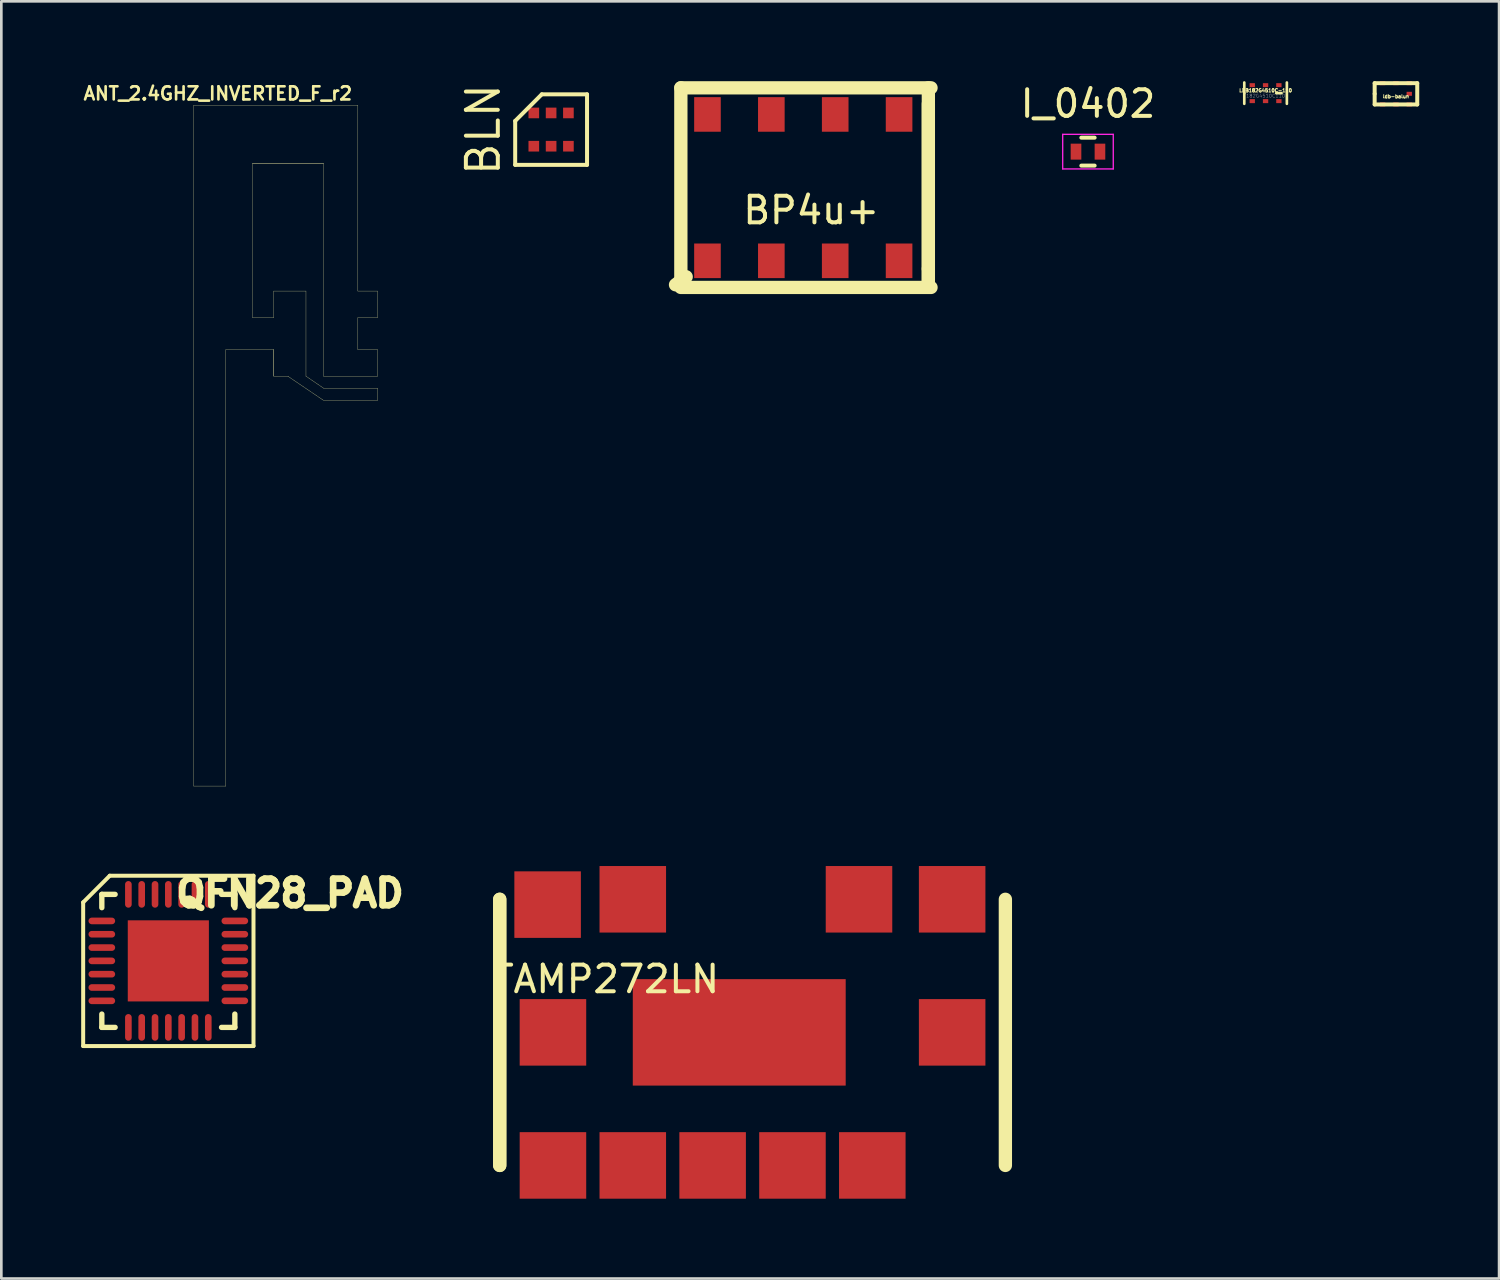
<source format=kicad_pcb>
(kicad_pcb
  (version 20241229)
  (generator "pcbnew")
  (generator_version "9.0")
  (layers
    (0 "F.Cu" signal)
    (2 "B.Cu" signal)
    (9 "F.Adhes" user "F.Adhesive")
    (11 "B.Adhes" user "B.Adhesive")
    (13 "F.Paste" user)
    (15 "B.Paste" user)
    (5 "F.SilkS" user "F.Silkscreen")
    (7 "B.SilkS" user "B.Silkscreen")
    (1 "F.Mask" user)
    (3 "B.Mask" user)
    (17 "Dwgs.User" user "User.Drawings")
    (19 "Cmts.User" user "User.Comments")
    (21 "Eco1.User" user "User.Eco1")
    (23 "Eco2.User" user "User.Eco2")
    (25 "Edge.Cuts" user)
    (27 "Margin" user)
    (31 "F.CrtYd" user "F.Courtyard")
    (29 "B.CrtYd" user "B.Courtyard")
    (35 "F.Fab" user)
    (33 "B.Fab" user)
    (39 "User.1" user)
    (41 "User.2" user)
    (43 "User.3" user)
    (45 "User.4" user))
  (footprint "I_0402"
    (layer "F.Cu")
    (at 37.831 2.648)
    (property "Reference" "I_0402" (at 0 -1.8 0) (layer "F.SilkS") (effects (font (size 1 1) (thickness 0.15))))
    (attr smd)
    (fp_line (start -0.25 0.525) (end 0.25 0.525) (stroke (width 0.15) (type solid)) (layer "F.SilkS"))
    (fp_line (start 0.25 -0.525) (end -0.25 -0.525) (stroke (width 0.15) (type solid)) (layer "F.SilkS"))
    (fp_line (start -0.95 -0.65) (end -0.95 0.65) (stroke (width 0.05) (type solid)) (layer "F.CrtYd"))
    (fp_line (start -0.95 -0.65) (end 0.95 -0.65) (stroke (width 0.05) (type solid)) (layer "F.CrtYd"))
    (fp_line (start -0.95 0.65) (end 0.95 0.65) (stroke (width 0.05) (type solid)) (layer "F.CrtYd"))
    (fp_line (start 0.95 -0.65) (end 0.95 0.65) (stroke (width 0.05) (type solid)) (layer "F.CrtYd"))
    (pad "1" smd rect (at -0.45 0) (size 0.4 0.6) (layers "F.Cu" "F.Mask" "F.Paste"))
    (pad "2" smd rect (at 0.45 0) (size 0.4 0.6) (layers "F.Cu" "F.Mask" "F.Paste")))
  (footprint "ldb-balun"
    (layer "F.Cu")
    (at 49.303 0.475)
    (property "Reference" "ldb-balun" (at 0.1 0.1 0) (layer "F.SilkS") (effects (font (size 0.127 0.127) (thickness 0.032))))
    (attr through_hole)
    (fp_line (start -0.7 -0.4) (end 0.9 -0.4) (stroke (width 0.15) (type solid)) (layer "F.SilkS"))
    (fp_line (start -0.7 0) (end -0.7 -0.4) (stroke (width 0.15) (type solid)) (layer "F.SilkS"))
    (fp_line (start -0.7 0.4) (end -0.7 0) (stroke (width 0.15) (type solid)) (layer "F.SilkS"))
    (fp_line (start 0.9 -0.4) (end 0.9 0.4) (stroke (width 0.15) (type solid)) (layer "F.SilkS"))
    (fp_line (start 0.9 0.4) (end -0.7 0.4) (stroke (width 0.15) (type solid)) (layer "F.SilkS"))
    (pad "7" smd rect (at -0.4 -0.4) (size 0.2 0.15) (layers "F.Cu" "F.Mask" "F.Paste"))
    (pad "8" smd rect (at 0.1 -0.4) (size 0.2 0.15) (layers "F.Cu" "F.Mask" "F.Paste"))
    (pad "9" smd rect (at 0.6 -0.4) (size 0.2 0.15) (layers "F.Cu" "F.Mask" "F.Paste"))
    (pad "10" smd rect (at -0.4 0.4) (size 0.2 0.15) (layers "F.Cu" "F.Mask" "F.Paste"))
    (pad "11" smd rect (at 0.1 0.4) (size 0.2 0.15) (layers "F.Cu" "F.Mask" "F.Paste"))
    (pad "12" smd rect (at 0.6 0.4) (size 0.2 0.15) (layers "F.Cu" "F.Mask" "F.Paste"))
    (pad "13" smd rect (at 0.6 0) (size 0.2 0.15) (layers "F.Cu" "F.Mask" "F.Paste")))
  (footprint "QFN28_PAD"
    (layer "F.Cu")
    (at 3.275 33.055)
    (property "Reference" "QFN28_PAD" (at 4.572 -2.54 0) (layer "F.SilkS") (effects (font (size 1.001 1.001) (thickness 0.305))))
    (attr through_hole)
    (fp_line (start -3.2 -2.2) (end -3.2 3.2) (stroke (width 0.15) (type solid)) (layer "F.SilkS"))
    (fp_line (start -3.2 3.2) (end 3.2 3.2) (stroke (width 0.15) (type solid)) (layer "F.SilkS"))
    (fp_line (start -2.499 -2.499) (end -2.499 -1.999) (stroke (width 0.201) (type solid)) (layer "F.SilkS"))
    (fp_line (start -2.499 1.999) (end -2.499 2.499) (stroke (width 0.201) (type solid)) (layer "F.SilkS"))
    (fp_line (start -2.499 2.499) (end -1.999 2.499) (stroke (width 0.201) (type solid)) (layer "F.SilkS"))
    (fp_line (start -2.2 -3.2) (end -3.2 -2.2) (stroke (width 0.15) (type solid)) (layer "F.SilkS"))
    (fp_line (start -1.999 -2.499) (end -2.499 -2.499) (stroke (width 0.201) (type solid)) (layer "F.SilkS"))
    (fp_line (start 1.999 2.499) (end 2.499 2.499) (stroke (width 0.201) (type solid)) (layer "F.SilkS"))
    (fp_line (start 2.499 -2.499) (end 1.999 -2.499) (stroke (width 0.201) (type solid)) (layer "F.SilkS"))
    (fp_line (start 2.499 -1.999) (end 2.499 -2.499) (stroke (width 0.201) (type solid)) (layer "F.SilkS"))
    (fp_line (start 2.499 2.499) (end 2.499 1.999) (stroke (width 0.201) (type solid)) (layer "F.SilkS"))
    (fp_line (start 3.2 -3.2) (end -2.2 -3.2) (stroke (width 0.15) (type solid)) (layer "F.SilkS"))
    (fp_line (start 3.2 3.2) (end 3.2 -3.2) (stroke (width 0.15) (type solid)) (layer "F.SilkS"))
    (pad "1" smd oval (at -2.499 -1.501) (size 1.001 0.249) (layers "F.Cu" "F.Mask" "F.Paste"))
    (pad "2" smd oval (at -2.499 -1.001) (size 1.001 0.249) (layers "F.Cu" "F.Mask" "F.Paste"))
    (pad "3" smd oval (at -2.499 -0.5) (size 1.001 0.249) (layers "F.Cu" "F.Mask" "F.Paste"))
    (pad "4" smd oval (at -2.499 0) (size 1.001 0.249) (layers "F.Cu" "F.Mask" "F.Paste"))
    (pad "5" smd oval (at -2.499 0.5) (size 1.001 0.249) (layers "F.Cu" "F.Mask" "F.Paste"))
    (pad "6" smd oval (at -2.499 1.001) (size 1.001 0.249) (layers "F.Cu" "F.Mask" "F.Paste"))
    (pad "7" smd oval (at -2.499 1.501) (size 1.001 0.249) (layers "F.Cu" "F.Mask" "F.Paste"))
    (pad "8" smd oval (at -1.501 2.499 90) (size 1.001 0.249) (layers "F.Cu" "F.Mask" "F.Paste"))
    (pad "9" smd oval (at -1.001 2.499 90) (size 1.001 0.249) (layers "F.Cu" "F.Mask" "F.Paste"))
    (pad "10" smd oval (at -0.5 2.499 90) (size 1.001 0.249) (layers "F.Cu" "F.Mask" "F.Paste"))
    (pad "11" smd oval (at 0 2.499 90) (size 1.001 0.249) (layers "F.Cu" "F.Mask" "F.Paste"))
    (pad "12" smd oval (at 0.5 2.499 90) (size 1.001 0.249) (layers "F.Cu" "F.Mask" "F.Paste"))
    (pad "13" smd oval (at 1.001 2.499 90) (size 1.001 0.249) (layers "F.Cu" "F.Mask" "F.Paste"))
    (pad "14" smd oval (at 1.501 2.499 90) (size 1.001 0.249) (layers "F.Cu" "F.Mask" "F.Paste"))
    (pad "15" smd oval (at 2.499 1.501 180) (size 1.001 0.249) (layers "F.Cu" "F.Mask" "F.Paste"))
    (pad "16" smd oval (at 2.499 1.001 180) (size 1.001 0.249) (layers "F.Cu" "F.Mask" "F.Paste"))
    (pad "17" smd oval (at 2.499 0.5 180) (size 1.001 0.249) (layers "F.Cu" "F.Mask" "F.Paste"))
    (pad "18" smd oval (at 2.499 0 180) (size 1.001 0.249) (layers "F.Cu" "F.Mask" "F.Paste"))
    (pad "19" smd oval (at 2.499 -0.5 180) (size 1.001 0.249) (layers "F.Cu" "F.Mask" "F.Paste"))
    (pad "20" smd oval (at 2.499 -1.001 180) (size 1.001 0.249) (layers "F.Cu" "F.Mask" "F.Paste"))
    (pad "21" smd oval (at 2.499 -1.501 180) (size 1.001 0.249) (layers "F.Cu" "F.Mask" "F.Paste"))
    (pad "22" smd oval (at 1.501 -2.499 270) (size 1.001 0.249) (layers "F.Cu" "F.Mask" "F.Paste"))
    (pad "23" smd oval (at 1.001 -2.499 270) (size 1.001 0.249) (layers "F.Cu" "F.Mask" "F.Paste"))
    (pad "24" smd oval (at 0.5 -2.499 270) (size 1.001 0.249) (layers "F.Cu" "F.Mask" "F.Paste"))
    (pad "25" smd oval (at 0 -2.499 270) (size 1.001 0.249) (layers "F.Cu" "F.Mask" "F.Paste"))
    (pad "26" smd oval (at -0.5 -2.499 270) (size 1.001 0.249) (layers "F.Cu" "F.Mask" "F.Paste"))
    (pad "27" smd oval (at -1.001 -2.499 270) (size 1.001 0.249) (layers "F.Cu" "F.Mask" "F.Paste"))
    (pad "28" smd oval (at -1.501 -2.499 270) (size 1.001 0.249) (layers "F.Cu" "F.Mask" "F.Paste"))
    (pad "29" smd rect (at 0 0) (size 3.048 3.048) (layers "F.Cu" "F.Mask" "F.Paste")))
  (footprint "LDB182G4510C-110"
    (layer "F.Cu")
    (at 44.404 0.45)
    (property "Reference" "LDB182G4510C-110" (at 0.1 -0.1 0) (layer "F.SilkS") (effects (font (size 0.127 0.127) (thickness 0.032))))
    (attr through_hole)
    (fp_line (start -0.7 0) (end -0.7 -0.4) (stroke (width 0.1) (type solid)) (layer "F.SilkS"))
    (fp_line (start -0.7 0.4) (end -0.7 0) (stroke (width 0.1) (type solid)) (layer "F.SilkS"))
    (fp_line (start 0.5 0) (end 0.7 0) (stroke (width 0.1) (type solid)) (layer "F.SilkS"))
    (fp_line (start 0.9 -0.4) (end 0.9 0.4) (stroke (width 0.1) (type solid)) (layer "F.SilkS"))
    (fp_text user "182G4510C110" (at 0.1 0.1 0) (layer "F.Fab") (effects (font (size 0.127 0.127) (thickness 0.01))))
    (pad "1" smd rect (at 0.6 -0.3) (size 0.2 0.15) (layers "F.Cu" "F.Mask" "F.Paste"))
    (pad "2" smd rect (at 0.1 -0.3) (size 0.2 0.15) (layers "F.Cu" "F.Mask" "F.Paste"))
    (pad "3" smd rect (at -0.4 -0.3) (size 0.2 0.15) (layers "F.Cu" "F.Mask" "F.Paste"))
    (pad "4" smd rect (at -0.4 0.3) (size 0.2 0.15) (layers "F.Cu" "F.Mask" "F.Paste"))
    (pad "5" smd rect (at 0.1 0.3) (size 0.2 0.15) (layers "F.Cu" "F.Mask" "F.Paste"))
    (pad "6" smd rect (at 0.6 0.3) (size 0.2 0.15) (layers "F.Cu" "F.Mask" "F.Paste")))
  (footprint "TAMP272LN"
    (layer "F.Cu")
    (at 21.727 35.741)
    (property "Reference" "TAMP272LN" (at -2 -2 0) (layer "F.SilkS") (effects (font (size 1 1) (thickness 0.15))))
    (attr through_hole)
    (fp_line (start -6 -5) (end -6 5) (stroke (width 0.5) (type solid)) (layer "F.SilkS"))
    (fp_line (start -6 -5) (end -6 5) (stroke (width 0.5) (type solid)) (layer "F.SilkS"))
    (fp_line (start 13 -5) (end 13 5) (stroke (width 0.5) (type solid)) (layer "F.SilkS"))
    (pad "1" smd rect (at -1 5) (size 2.5 2.5) (layers "F.Cu" "F.Mask" "F.Paste"))
    (pad "2" smd rect (at 2 5) (size 2.5 2.5) (layers "F.Cu" "F.Mask" "F.Paste"))
    (pad "3" smd rect (at 5 5) (size 2.5 2.5) (layers "F.Cu" "F.Mask" "F.Paste"))
    (pad "4" smd rect (at 8 5) (size 2.5 2.5) (layers "F.Cu" "F.Mask" "F.Paste"))
    (pad "5" smd rect (at 11 0) (size 2.5 2.5) (layers "F.Cu" "F.Mask" "F.Paste"))
    (pad "6" smd rect (at 11 -5) (size 2.5 2.5) (layers "F.Cu" "F.Mask" "F.Paste"))
    (pad "7" smd rect (at 7.5 -5) (size 2.5 2.5) (layers "F.Cu" "F.Mask" "F.Paste"))
    (pad "8" smd rect (at -1 -5) (size 2.5 2.5) (layers "F.Cu" "F.Mask" "F.Paste"))
    (pad "9" smd rect (at -4.2 -4.8) (size 2.5 2.5) (layers "F.Cu" "F.Mask" "F.Paste"))
    (pad "10" smd rect (at -4 0) (size 2.5 2.5) (layers "F.Cu" "F.Mask" "F.Paste"))
    (pad "11" smd rect (at -4 5) (size 2.5 2.5) (layers "F.Cu" "F.Mask" "F.Paste"))
    (pad "14" smd rect (at 3 0) (size 8 4) (layers "F.Cu" "F.Mask" "F.Paste")))
  (footprint "ANT_2.4GHZ_INVERTED_F_r2"
    (layer "F.Cu")
    (at 9.932 12.621)
    (property "Reference" "ANT_2.4GHZ_INVERTED_F_r2" (at -4.796 -12.159 0) (layer "F.SilkS") (effects (font (size 0.492 0.492) (thickness 0.099))))
    (attr smd)
    (fp_line (start -5.705 13.865) (end -5.705 -11.715) (stroke (width 0.01) (type solid)) (layer "F.SilkS"))
    (fp_line (start -5.705 13.865) (end -4.495 13.865) (stroke (width 0.01) (type solid)) (layer "F.SilkS"))
    (fp_line (start -4.495 -2.535) (end -2.695 -2.535) (stroke (width 0.01) (type solid)) (layer "F.SilkS"))
    (fp_line (start -4.495 13.865) (end -4.495 -2.535) (stroke (width 0.01) (type solid)) (layer "F.SilkS"))
    (fp_line (start -3.495 -9.535) (end -0.825 -9.535) (stroke (width 0.01) (type solid)) (layer "F.SilkS"))
    (fp_line (start -3.495 -9.535) (end -0.825 -9.535) (stroke (width 0.01) (type solid)) (layer "F.SilkS"))
    (fp_line (start -3.495 -3.735) (end -3.495 -9.535) (stroke (width 0.01) (type solid)) (layer "F.SilkS"))
    (fp_line (start -2.695 -4.735) (end -2.695 -3.735) (stroke (width 0.01) (type solid)) (layer "F.SilkS"))
    (fp_line (start -2.695 -3.735) (end -3.495 -3.735) (stroke (width 0.01) (type solid)) (layer "F.SilkS"))
    (fp_line (start -2.695 -2.535) (end -2.695 -1.535) (stroke (width 0.01) (type solid)) (layer "F.SilkS"))
    (fp_line (start -2.695 -2.535) (end -2.695 -1.535) (stroke (width 0.01) (type solid)) (layer "F.SilkS"))
    (fp_line (start -2.16 -1.53) (end -0.83 -0.63) (stroke (width 0.01) (type solid)) (layer "F.SilkS"))
    (fp_line (start -2.15 -1.53) (end -2.69 -1.53) (stroke (width 0.01) (type solid)) (layer "F.SilkS"))
    (fp_line (start -1.485 -4.735) (end -2.695 -4.735) (stroke (width 0.01) (type solid)) (layer "F.SilkS"))
    (fp_line (start -1.485 -1.535) (end -1.485 -4.735) (stroke (width 0.01) (type solid)) (layer "F.SilkS"))
    (fp_line (start -0.825 -9.535) (end -0.825 -1.535) (stroke (width 0.01) (type solid)) (layer "F.SilkS"))
    (fp_line (start -0.825 -1.535) (end 1.205 -1.535) (stroke (width 0.01) (type solid)) (layer "F.SilkS"))
    (fp_line (start -0.825 -1.085) (end -1.485 -1.535) (stroke (width 0.01) (type solid)) (layer "F.SilkS"))
    (fp_line (start -0.825 -1.085) (end 1.205 -1.085) (stroke (width 0.01) (type solid)) (layer "F.SilkS"))
    (fp_line (start 0.465 -11.715) (end -5.705 -11.715) (stroke (width 0.01) (type solid)) (layer "F.SilkS"))
    (fp_line (start 0.465 -11.715) (end 0.465 -4.735) (stroke (width 0.01) (type solid)) (layer "F.SilkS"))
    (fp_line (start 0.465 -4.735) (end 1.205 -4.735) (stroke (width 0.01) (type solid)) (layer "F.SilkS"))
    (fp_line (start 0.465 -3.735) (end 0.465 -2.535) (stroke (width 0.01) (type solid)) (layer "F.SilkS"))
    (fp_line (start 0.465 -3.735) (end 1.205 -3.735) (stroke (width 0.01) (type solid)) (layer "F.SilkS"))
    (fp_line (start 0.465 -2.535) (end 1.205 -2.535) (stroke (width 0.01) (type solid)) (layer "F.SilkS"))
    (fp_line (start 1.205 -4.735) (end 1.205 -3.735) (stroke (width 0.01) (type solid)) (layer "F.SilkS"))
    (fp_line (start 1.205 -1.535) (end 1.205 -2.535) (stroke (width 0.01) (type solid)) (layer "F.SilkS"))
    (fp_line (start 1.205 -1.085) (end 1.205 -0.625) (stroke (width 0.01) (type solid)) (layer "F.SilkS"))
    (fp_line (start 1.205 -0.625) (end -0.825 -0.625) (stroke (width 0.01) (type solid)) (layer "F.SilkS")))
  (footprint "BP4u+"
    (placed yes)
    (layer "F.Cu")
    (at 27.933 3.15)
    (property "Reference" "BP4u+" (at -0.5 1.7 0) (layer "F.SilkS") (effects (font (size 1 1) (thickness 0.15))))
    (attr through_hole)
    (fp_line (start -5.6 4.5) (end -5.2 4.2) (stroke (width 0.5) (type solid)) (layer "F.SilkS"))
    (fp_line (start -5.4 -2.9) (end 4 -2.9) (stroke (width 0.5) (type solid)) (layer "F.SilkS"))
    (fp_line (start -5.4 4.4) (end -5.4 -2.9) (stroke (width 0.5) (type solid)) (layer "F.SilkS"))
    (fp_line (start 3.9 -2.3) (end 3.9 3.9) (stroke (width 0.5) (type solid)) (layer "F.SilkS"))
    (fp_line (start 3.9 3.9) (end 3.9 4.4) (stroke (width 0.5) (type solid)) (layer "F.SilkS"))
    (fp_line (start 3.9 4.4) (end 3.9 -2.9) (stroke (width 0.5) (type solid)) (layer "F.SilkS"))
    (fp_line (start 4 4.6) (end -5.4 4.6) (stroke (width 0.5) (type solid)) (layer "F.SilkS"))
    (pad "1" smd rect (at -4.4 3.6) (size 1 1.3) (layers "F.Cu" "F.Mask" "F.Paste"))
    (pad "2" smd rect (at -2 3.6) (size 1 1.3) (layers "F.Cu" "F.Mask" "F.Paste"))
    (pad "3" smd rect (at 0.4 3.6) (size 1 1.3) (layers "F.Cu" "F.Mask" "F.Paste"))
    (pad "4" smd rect (at 2.8 3.6) (size 1 1.3) (layers "F.Cu" "F.Mask" "F.Paste"))
    (pad "5" smd rect (at 2.8 -1.9) (size 1 1.3) (layers "F.Cu" "F.Mask" "F.Paste"))
    (pad "6" smd rect (at 0.4 -1.9) (size 1 1.3) (layers "F.Cu" "F.Mask" "F.Paste"))
    (pad "7" smd rect (at -2 -1.9) (size 1 1.3) (layers "F.Cu" "F.Mask" "F.Paste"))
    (pad "8" smd rect (at -4.4 -1.9) (size 1 1.3) (layers "F.Cu" "F.Mask" "F.Paste")))
  (footprint "BLN"
    (layer "F.Cu")
    (at 17.658 1.819)
    (property "Reference" "BLN" (at -2.55 0 90) (layer "F.SilkS") (effects (font (size 1.2 1.2) (thickness 0.15))))
    (attr through_hole)
    (fp_line (start -1.35 -0.325) (end -1.35 1.325) (stroke (width 0.15) (type solid)) (layer "F.SilkS"))
    (fp_line (start -1.35 1.325) (end 1.35 1.325) (stroke (width 0.15) (type solid)) (layer "F.SilkS"))
    (fp_line (start -0.35 -1.325) (end -1.35 -0.325) (stroke (width 0.15) (type solid)) (layer "F.SilkS"))
    (fp_line (start 1.35 -1.325) (end -0.35 -1.325) (stroke (width 0.15) (type solid)) (layer "F.SilkS"))
    (fp_line (start 1.35 1.325) (end 1.35 -1.325) (stroke (width 0.15) (type solid)) (layer "F.SilkS"))
    (pad "1" smd rect (at -0.65 0.625) (size 0.4 0.4) (layers "F.Cu" "F.Mask" "F.Paste"))
    (pad "2" smd rect (at 0 0.625) (size 0.4 0.4) (layers "F.Cu" "F.Mask" "F.Paste"))
    (pad "3" smd rect (at 0.65 0.625) (size 0.4 0.4) (layers "F.Cu" "F.Mask" "F.Paste"))
    (pad "4" smd rect (at 0.65 -0.625) (size 0.4 0.4) (layers "F.Cu" "F.Mask" "F.Paste"))
    (pad "5" smd rect (at 0 -0.625) (size 0.4 0.4) (layers "F.Cu" "F.Mask" "F.Paste"))
    (pad "6" smd rect (at -0.65 -0.625) (size 0.4 0.4) (layers "F.Cu" "F.Mask" "F.Paste")))
  (gr_rect
    (start -3 -3)
    (end 53.278 44.991)
    (stroke (width 0.1) (type default))
    (fill no)
    (layer "Edge.Cuts")))
</source>
